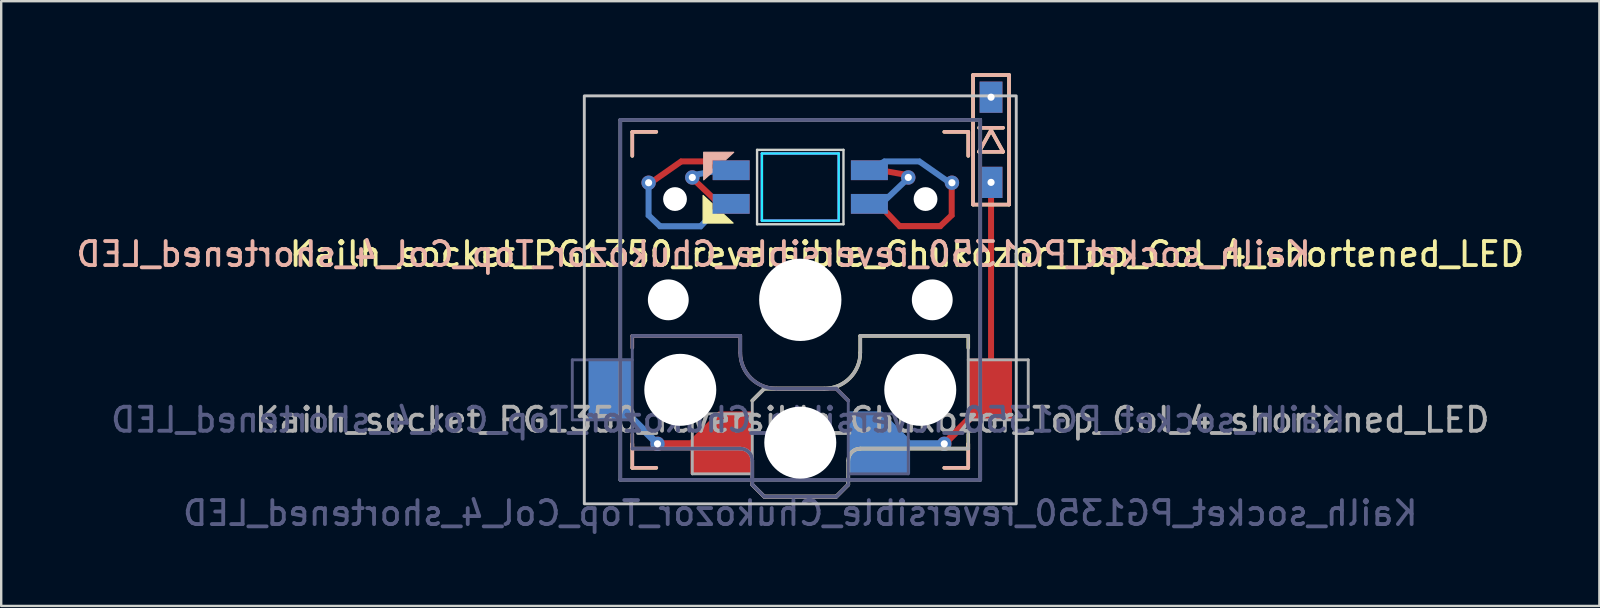
<source format=kicad_pcb>
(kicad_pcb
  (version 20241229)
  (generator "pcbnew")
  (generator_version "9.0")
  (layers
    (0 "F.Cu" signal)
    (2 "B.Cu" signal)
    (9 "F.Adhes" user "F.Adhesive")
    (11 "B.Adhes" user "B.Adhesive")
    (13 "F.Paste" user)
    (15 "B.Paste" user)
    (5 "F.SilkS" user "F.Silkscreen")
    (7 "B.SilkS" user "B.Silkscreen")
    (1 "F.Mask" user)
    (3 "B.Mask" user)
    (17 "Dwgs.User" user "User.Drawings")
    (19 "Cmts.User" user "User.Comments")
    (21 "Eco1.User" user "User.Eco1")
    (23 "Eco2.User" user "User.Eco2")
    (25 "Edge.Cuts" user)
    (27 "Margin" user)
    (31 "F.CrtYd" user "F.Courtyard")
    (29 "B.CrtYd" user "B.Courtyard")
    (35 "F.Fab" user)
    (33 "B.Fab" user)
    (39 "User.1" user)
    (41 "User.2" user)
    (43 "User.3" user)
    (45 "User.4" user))
  (footprint "Kailh_socket_PG1350_reversible_Chukozor_Top_Col_4_shortened_LED"
    (layer "F.Cu")
    (at 30.299 9.445)
    (property "Reference" "Kailh_socket_PG1350_reversible_Chukozor_Top_Col_4_shortened_LED" (at 4.445 -1.905 0) (layer "F.SilkS") (effects (font (size 1 1) (thickness 0.16))))
    (property "Value" "Kailh_socket_PG1350_reversible_Chukozor_Top_Col_4_shortened_LED" (at 0 8.89 0) (layer "F.Fab") (hide yes) (effects (font (size 1 1) (thickness 0.16))))
    (attr smd)
    (fp_line (start -7 -7) (end -6 -7) (stroke (width 0.15) (type solid)) (layer "F.SilkS"))
    (fp_line (start -7 -6) (end -7 -7) (stroke (width 0.15) (type solid)) (layer "F.SilkS"))
    (fp_line (start -7 7) (end -7 6) (stroke (width 0.15) (type solid)) (layer "F.SilkS"))
    (fp_line (start -6 7) (end -7 7) (stroke (width 0.15) (type solid)) (layer "F.SilkS"))
    (fp_line (start -2 4.2) (end -1.5 3.7) (stroke (width 0.15) (type solid)) (layer "F.SilkS"))
    (fp_line (start -2 7.7) (end -1.5 8.2) (stroke (width 0.15) (type solid)) (layer "F.SilkS"))
    (fp_line (start -1.5 3.7) (end 1 3.7) (stroke (width 0.15) (type solid)) (layer "F.SilkS"))
    (fp_line (start -1.5 8.2) (end 1.5 8.2) (stroke (width 0.15) (type solid)) (layer "F.SilkS"))
    (fp_line (start 1.5 8.2) (end 2 7.7) (stroke (width 0.15) (type solid)) (layer "F.SilkS"))
    (fp_line (start 2 6.7) (end 2 7.7) (stroke (width 0.15) (type solid)) (layer "F.SilkS"))
    (fp_line (start 2.5 1.5) (end 7 1.5) (stroke (width 0.15) (type solid)) (layer "F.SilkS"))
    (fp_line (start 2.5 2.2) (end 2.5 1.5) (stroke (width 0.15) (type solid)) (layer "F.SilkS"))
    (fp_line (start 6 -7) (end 7 -7) (stroke (width 0.15) (type solid)) (layer "F.SilkS"))
    (fp_line (start 7 -7) (end 7 -6) (stroke (width 0.15) (type solid)) (layer "F.SilkS"))
    (fp_line (start 7 1.5) (end 7 2) (stroke (width 0.15) (type solid)) (layer "F.SilkS"))
    (fp_line (start 7 5.6) (end 7 6.2) (stroke (width 0.15) (type solid)) (layer "F.SilkS"))
    (fp_line (start 7 6) (end 7 7) (stroke (width 0.15) (type solid)) (layer "F.SilkS"))
    (fp_line (start 7 6.2) (end 2.5 6.2) (stroke (width 0.15) (type solid)) (layer "F.SilkS"))
    (fp_line (start 7 7) (end 6 7) (stroke (width 0.15) (type solid)) (layer "F.SilkS"))
    (fp_line (start 7.2 -9.37) (end 7.2 -3.97) (stroke (width 0.15) (type solid)) (layer "F.SilkS"))
    (fp_line (start 7.2 -3.97) (end 8.7 -3.97) (stroke (width 0.15) (type solid)) (layer "F.SilkS"))
    (fp_line (start 7.45 -6.17) (end 7.95 -7.07) (stroke (width 0.15) (type solid)) (layer "F.SilkS"))
    (fp_line (start 7.95 -7.07) (end 8.45 -6.17) (stroke (width 0.15) (type solid)) (layer "F.SilkS"))
    (fp_line (start 8.45 -6.17) (end 7.45 -6.17) (stroke (width 0.15) (type solid)) (layer "F.SilkS"))
    (fp_line (start 8.45 -7.17) (end 7.45 -7.17) (stroke (width 0.15) (type solid)) (layer "F.SilkS"))
    (fp_line (start 8.7 -9.37) (end 7.2 -9.37) (stroke (width 0.15) (type solid)) (layer "F.SilkS"))
    (fp_line (start 8.7 -3.97) (end 8.7 -9.37) (stroke (width 0.15) (type solid)) (layer "F.SilkS"))
    (fp_arc (start 2 6.7) (mid 2.146447 6.346447) (end 2.5 6.2) (stroke (width 0.15) (type solid)) (layer "F.SilkS"))
    (fp_arc (start 2.5 2.2) (mid 2.06066 3.26066) (end 1 3.7) (stroke (width 0.15) (type solid)) (layer "F.SilkS"))
    (fp_poly (pts (xy -3.19 -3.56) (xy -3.68 -3.56) (xy -3.68 -4.01) (xy -4.05 -4.35) (xy -4.05 -3.2) (xy -2.8 -3.2)) (stroke (width 0.05) (type solid)) (fill yes) (layer "F.SilkS"))
    (fp_line (start -7 -7) (end -6 -7) (stroke (width 0.15) (type solid)) (layer "B.SilkS"))
    (fp_line (start -7 -6) (end -7 -7) (stroke (width 0.15) (type solid)) (layer "B.SilkS"))
    (fp_line (start -7 1.5) (end -7 2) (stroke (width 0.15) (type solid)) (layer "B.SilkS"))
    (fp_line (start -7 5.6) (end -7 6.2) (stroke (width 0.15) (type solid)) (layer "B.SilkS"))
    (fp_line (start -7 6.2) (end -2.5 6.2) (stroke (width 0.15) (type solid)) (layer "B.SilkS"))
    (fp_line (start -7 7) (end -7 6) (stroke (width 0.15) (type solid)) (layer "B.SilkS"))
    (fp_line (start -6 7) (end -7 7) (stroke (width 0.15) (type solid)) (layer "B.SilkS"))
    (fp_line (start -2.5 1.5) (end -7 1.5) (stroke (width 0.15) (type solid)) (layer "B.SilkS"))
    (fp_line (start -2.5 2.2) (end -2.5 1.5) (stroke (width 0.15) (type solid)) (layer "B.SilkS"))
    (fp_line (start -2 6.7) (end -2 7.7) (stroke (width 0.15) (type solid)) (layer "B.SilkS"))
    (fp_line (start -1.5 8.2) (end -2 7.7) (stroke (width 0.15) (type solid)) (layer "B.SilkS"))
    (fp_line (start 1.5 3.7) (end -1 3.7) (stroke (width 0.15) (type solid)) (layer "B.SilkS"))
    (fp_line (start 1.5 8.2) (end -1.5 8.2) (stroke (width 0.15) (type solid)) (layer "B.SilkS"))
    (fp_line (start 2 4.2) (end 1.5 3.7) (stroke (width 0.15) (type solid)) (layer "B.SilkS"))
    (fp_line (start 2 7.7) (end 1.5 8.2) (stroke (width 0.15) (type solid)) (layer "B.SilkS"))
    (fp_line (start 6 -7) (end 7 -7) (stroke (width 0.15) (type solid)) (layer "B.SilkS"))
    (fp_line (start 7 -7) (end 7 -6) (stroke (width 0.15) (type solid)) (layer "B.SilkS"))
    (fp_line (start 7 6) (end 7 7) (stroke (width 0.15) (type solid)) (layer "B.SilkS"))
    (fp_line (start 7 7) (end 6 7) (stroke (width 0.15) (type solid)) (layer "B.SilkS"))
    (fp_line (start 7.2 -9.37) (end 7.2 -3.97) (stroke (width 0.15) (type solid)) (layer "B.SilkS"))
    (fp_line (start 7.2 -3.97) (end 8.7 -3.97) (stroke (width 0.15) (type solid)) (layer "B.SilkS"))
    (fp_line (start 7.45 -6.17) (end 7.95 -7.07) (stroke (width 0.15) (type solid)) (layer "B.SilkS"))
    (fp_line (start 7.95 -7.07) (end 8.45 -6.17) (stroke (width 0.15) (type solid)) (layer "B.SilkS"))
    (fp_line (start 8.45 -6.17) (end 7.45 -6.17) (stroke (width 0.15) (type solid)) (layer "B.SilkS"))
    (fp_line (start 8.45 -7.17) (end 7.45 -7.17) (stroke (width 0.15) (type solid)) (layer "B.SilkS"))
    (fp_line (start 8.7 -9.37) (end 7.2 -9.37) (stroke (width 0.15) (type solid)) (layer "B.SilkS"))
    (fp_line (start 8.7 -3.97) (end 8.7 -9.37) (stroke (width 0.15) (type solid)) (layer "B.SilkS"))
    (fp_arc (start -2.5 6.2) (mid -2.146447 6.346447) (end -2 6.7) (stroke (width 0.15) (type solid)) (layer "B.SilkS"))
    (fp_arc (start -1 3.7) (mid -2.06066 3.26066) (end -2.5 2.2) (stroke (width 0.15) (type solid)) (layer "B.SilkS"))
    (fp_poly (pts (xy -3.11 -5.84) (xy -3.68 -5.84) (xy -3.68 -5.31) (xy -4.025 -5) (xy -4.025 -6.15) (xy -2.775 -6.15)) (stroke (width 0.05) (type solid)) (fill yes) (layer "B.SilkS"))
    (fp_rect (start -9 -8.5) (end 9 8.5) (stroke (width 0.12) (type solid)) (fill no) (layer "Dwgs.User"))
    (fp_line (start -6.9 6.9) (end -6.9 -6.9) (stroke (width 0.15) (type solid)) (layer "Eco2.User"))
    (fp_line (start -6.9 6.9) (end 6.9 6.9) (stroke (width 0.15) (type solid)) (layer "Eco2.User"))
    (fp_line (start -2.6 -3.1) (end -2.6 -6.3) (stroke (width 0.15) (type solid)) (layer "Eco2.User"))
    (fp_line (start -2.6 -3.1) (end 2.6 -3.1) (stroke (width 0.15) (type solid)) (layer "Eco2.User"))
    (fp_line (start 2.6 -6.3) (end -2.6 -6.3) (stroke (width 0.15) (type solid)) (layer "Eco2.User"))
    (fp_line (start 2.6 -3.1) (end 2.6 -6.3) (stroke (width 0.15) (type solid)) (layer "Eco2.User"))
    (fp_line (start 6.9 -6.9) (end -6.9 -6.9) (stroke (width 0.15) (type solid)) (layer "Eco2.User"))
    (fp_line (start 6.9 -6.9) (end 6.9 6.9) (stroke (width 0.15) (type solid)) (layer "Eco2.User"))
    (fp_line (start -1.8 -6.25) (end -1.8 -3.15) (stroke (width 0.1) (type solid)) (layer "Edge.Cuts"))
    (fp_line (start -1.8 -3.15) (end 1.8 -3.15) (stroke (width 0.1) (type solid)) (layer "Edge.Cuts"))
    (fp_line (start 1.8 -6.25) (end -1.8 -6.25) (stroke (width 0.1) (type solid)) (layer "Edge.Cuts"))
    (fp_line (start 1.8 -3.15) (end 1.8 -6.25) (stroke (width 0.1) (type solid)) (layer "Edge.Cuts"))
    (fp_line (start -1.6 -6.1) (end 1.6 -6.1) (stroke (width 0.1) (type solid)) (layer "B.CrtYd"))
    (fp_line (start -1.6 -3.3) (end -1.6 -6.1) (stroke (width 0.1) (type solid)) (layer "B.CrtYd"))
    (fp_line (start -1.6 -3.3) (end 1.6 -3.3) (stroke (width 0.1) (type solid)) (layer "B.CrtYd"))
    (fp_line (start 1.6 -3.3) (end 1.6 -6.1) (stroke (width 0.1) (type solid)) (layer "B.CrtYd"))
    (fp_line (start -1.6 -6.1) (end -1.6 -3.3) (stroke (width 0.1) (type solid)) (layer "F.CrtYd"))
    (fp_line (start -1.6 -6.1) (end 1.6 -6.1) (stroke (width 0.1) (type solid)) (layer "F.CrtYd"))
    (fp_line (start -1.6 -3.3) (end 1.6 -3.3) (stroke (width 0.1) (type solid)) (layer "F.CrtYd"))
    (fp_line (start 1.6 -6.1) (end 1.6 -3.3) (stroke (width 0.1) (type solid)) (layer "F.CrtYd"))
    (fp_line (start -9.5 2.5) (end -7 2.5) (stroke (width 0.12) (type solid)) (layer "B.Fab"))
    (fp_line (start -9.5 5) (end -9.5 2.5) (stroke (width 0.12) (type solid)) (layer "B.Fab"))
    (fp_line (start -7.5 -7.5) (end 7.5 -7.5) (stroke (width 0.15) (type solid)) (layer "B.Fab"))
    (fp_line (start -7.5 7.5) (end -7.5 -7.5) (stroke (width 0.15) (type solid)) (layer "B.Fab"))
    (fp_line (start -7 1.5) (end -7 6.2) (stroke (width 0.12) (type solid)) (layer "B.Fab"))
    (fp_line (start -7 5) (end -9.5 5) (stroke (width 0.12) (type solid)) (layer "B.Fab"))
    (fp_line (start -7 6.2) (end -2.5 6.2) (stroke (width 0.15) (type solid)) (layer "B.Fab"))
    (fp_line (start -2.5 1.5) (end -7 1.5) (stroke (width 0.15) (type solid)) (layer "B.Fab"))
    (fp_line (start -2.5 2.2) (end -2.5 1.5) (stroke (width 0.15) (type solid)) (layer "B.Fab"))
    (fp_line (start -2 6.7) (end -2 7.7) (stroke (width 0.15) (type solid)) (layer "B.Fab"))
    (fp_line (start -1.5 8.2) (end -2 7.7) (stroke (width 0.15) (type solid)) (layer "B.Fab"))
    (fp_line (start 1.5 3.7) (end -1 3.7) (stroke (width 0.15) (type solid)) (layer "B.Fab"))
    (fp_line (start 1.5 8.2) (end -1.5 8.2) (stroke (width 0.15) (type solid)) (layer "B.Fab"))
    (fp_line (start 2 4.2) (end 1.5 3.7) (stroke (width 0.15) (type solid)) (layer "B.Fab"))
    (fp_line (start 2 4.25) (end 2 7.7) (stroke (width 0.12) (type solid)) (layer "B.Fab"))
    (fp_line (start 2 4.75) (end 4.5 4.75) (stroke (width 0.12) (type solid)) (layer "B.Fab"))
    (fp_line (start 2 7.7) (end 1.5 8.2) (stroke (width 0.15) (type solid)) (layer "B.Fab"))
    (fp_line (start 4.5 4.75) (end 4.5 7.25) (stroke (width 0.12) (type solid)) (layer "B.Fab"))
    (fp_line (start 4.5 7.25) (end 2 7.25) (stroke (width 0.12) (type solid)) (layer "B.Fab"))
    (fp_line (start 7.5 -7.5) (end 7.5 7.5) (stroke (width 0.15) (type solid)) (layer "B.Fab"))
    (fp_line (start 7.5 7.5) (end -7.5 7.5) (stroke (width 0.15) (type solid)) (layer "B.Fab"))
    (fp_arc (start -2.5 6.2) (mid -2.146447 6.346447) (end -2 6.7) (stroke (width 0.15) (type solid)) (layer "B.Fab"))
    (fp_arc (start -1 3.7) (mid -2.06066 3.26066) (end -2.5 2.2) (stroke (width 0.15) (type solid)) (layer "B.Fab"))
    (fp_line (start -7.5 -7.5) (end 7.5 -7.5) (stroke (width 0.15) (type solid)) (layer "F.Fab"))
    (fp_line (start -7.5 7.5) (end -7.5 -7.5) (stroke (width 0.15) (type solid)) (layer "F.Fab"))
    (fp_line (start -4.5 4.75) (end -4.5 7.25) (stroke (width 0.12) (type solid)) (layer "F.Fab"))
    (fp_line (start -4.5 7.25) (end -2 7.25) (stroke (width 0.12) (type solid)) (layer "F.Fab"))
    (fp_line (start -2 4.2) (end -1.5 3.7) (stroke (width 0.15) (type solid)) (layer "F.Fab"))
    (fp_line (start -2 4.25) (end -2 7.7) (stroke (width 0.12) (type solid)) (layer "F.Fab"))
    (fp_line (start -2 4.75) (end -4.5 4.75) (stroke (width 0.12) (type solid)) (layer "F.Fab"))
    (fp_line (start -2 7.7) (end -1.5 8.2) (stroke (width 0.15) (type solid)) (layer "F.Fab"))
    (fp_line (start -1.5 3.7) (end 1 3.7) (stroke (width 0.15) (type solid)) (layer "F.Fab"))
    (fp_line (start -1.5 8.2) (end 1.5 8.2) (stroke (width 0.15) (type solid)) (layer "F.Fab"))
    (fp_line (start 1.5 8.2) (end 2 7.7) (stroke (width 0.15) (type solid)) (layer "F.Fab"))
    (fp_line (start 2 6.7) (end 2 7.7) (stroke (width 0.15) (type solid)) (layer "F.Fab"))
    (fp_line (start 2.5 1.5) (end 7 1.5) (stroke (width 0.15) (type solid)) (layer "F.Fab"))
    (fp_line (start 2.5 2.2) (end 2.5 1.5) (stroke (width 0.15) (type solid)) (layer "F.Fab"))
    (fp_line (start 7 1.5) (end 7 6.2) (stroke (width 0.12) (type solid)) (layer "F.Fab"))
    (fp_line (start 7 5) (end 9.5 5) (stroke (width 0.12) (type solid)) (layer "F.Fab"))
    (fp_line (start 7 6.2) (end 2.5 6.2) (stroke (width 0.15) (type solid)) (layer "F.Fab"))
    (fp_line (start 7.5 -7.5) (end 7.5 7.5) (stroke (width 0.15) (type solid)) (layer "F.Fab"))
    (fp_line (start 7.5 7.5) (end -7.5 7.5) (stroke (width 0.15) (type solid)) (layer "F.Fab"))
    (fp_line (start 9.5 2.5) (end 7 2.5) (stroke (width 0.12) (type solid)) (layer "F.Fab"))
    (fp_line (start 9.5 5) (end 9.5 2.5) (stroke (width 0.12) (type solid)) (layer "F.Fab"))
    (fp_arc (start 2 6.7) (mid 2.146447 6.346447) (end 2.5 6.2) (stroke (width 0.15) (type solid)) (layer "F.Fab"))
    (fp_arc (start 2.5 2.2) (mid 2.06066 3.26066) (end 1 3.7) (stroke (width 0.15) (type solid)) (layer "F.Fab"))
    (fp_text user "${REFERENCE}" (at -4.445 -1.905 0) (layer "B.SilkS") (effects (font (size 1 1) (thickness 0.16)) (justify mirror)))
    (fp_text user "${REFERENCE}" (at -3 5 0) (layer "B.Fab") (effects (font (size 1 1) (thickness 0.16)) (justify mirror)))
    (fp_text user "${VALUE}" (at 0 8.89 0) (layer "B.Fab") (effects (font (size 1 1) (thickness 0.16)) (justify mirror)))
    (fp_text user "${REFERENCE}" (at 3 5 180) (layer "F.Fab") (effects (font (size 1 1) (thickness 0.16))))
    (pad "" np_thru_hole circle (at -5.5 0) (size 1.702 1.702) (drill 1.702) (layers "*.Cu" "*.Mask"))
    (pad "" np_thru_hole circle (at -5.22 -4.2) (size 0.991 0.991) (drill 0.991) (layers "*.Cu" "*.Mask"))
    (pad "" np_thru_hole circle (at -5 3.75) (size 3 3) (drill 3) (layers "*.Cu" "*.Mask"))
    (pad "" np_thru_hole circle (at 0 0) (size 3.429 3.429) (drill 3.429) (layers "*.Cu" "*.Mask"))
    (pad "" np_thru_hole circle (at 0 5.95) (size 3 3) (drill 3) (layers "*.Cu" "*.Mask"))
    (pad "" np_thru_hole circle (at 5 3.75) (size 3 3) (drill 3) (layers "*.Cu" "*.Mask"))
    (pad "" np_thru_hole circle (at 5.22 -4.2) (size 0.991 0.991) (drill 0.991) (layers "*.Cu" "*.Mask"))
    (pad "" np_thru_hole circle (at 5.5 0) (size 1.702 1.702) (drill 1.702) (layers "*.Cu" "*.Mask"))
    (pad "1" smd rect (at -7.9 3.75) (size 1.85 2.6) (layers "B.Cu" "B.Mask" "B.Paste"))
    (pad "1" smd rect (at -6.7 5.25 315) (size 1.75 0.3) (layers "B.Cu"))
    (pad "1" thru_hole circle (at -5.95 6) (size 0.6 0.6) (drill 0.3) (layers "*.Cu"))
    (pad "1" smd rect (at -5.075 6) (size 1.45 0.3) (layers "F.Cu"))
    (pad "1" smd roundrect (at -3.275 5.95) (size 2.6 2.6) (layers "F.Cu" "F.Mask" "F.Paste") (roundrect_rratio 0) (chamfer_ratio 0.45) (chamfer top_left))
    (pad "2" smd roundrect (at 3.275 5.95) (size 2.6 2.6) (layers "B.Cu" "B.Mask" "B.Paste") (roundrect_rratio 0) (chamfer_ratio 0.45) (chamfer top_right))
    (pad "2" smd rect (at 5.125 6) (size 1.45 0.3) (layers "B.Cu"))
    (pad "2" thru_hole circle (at 6 6) (size 0.6 0.6) (drill 0.3) (layers "*.Cu"))
    (pad "2" smd rect (at 6.75 5.25 45) (size 1.75 0.3) (layers "F.Cu"))
    (pad "2" smd rect (at 7.9 3.75) (size 1.85 2.6) (layers "F.Cu" "F.Mask" "F.Paste"))
    (pad "2" thru_hole circle (at 7.95 -4.895 270) (size 0.6 0.6) (drill 0.3) (layers "*.Cu"))
    (pad "2" smd rect (at 7.95 -4.895 270) (size 1.3 0.95) (layers "F.Cu" "F.Mask" "F.Paste"))
    (pad "2" smd rect (at 7.95 -4.895 270) (size 1.3 0.95) (layers "B.Cu" "B.Mask" "B.Paste"))
    (pad "2" smd roundrect (at 7.95 -0.875 90) (size 6.95 0.25) (layers "F.Cu") (roundrect_rratio 0.25))
    (pad "3" thru_hole circle (at 7.95 -8.445 270) (size 0.6 0.6) (drill 0.3) (layers "*.Cu"))
    (pad "3" smd rect (at 7.95 -8.445 270) (size 1.3 0.95) (layers "F.Cu" "F.Mask" "F.Paste"))
    (pad "3" smd rect (at 7.95 -8.445 270) (size 1.3 0.95) (layers "B.Cu" "B.Mask" "B.Paste"))
    (pad "4" smd rect (at 2.88 -5.401 180) (size 1.54 0.823) (layers "F.Cu" "F.Mask" "F.Paste"))
    (pad "4" smd rect (at 2.88 -4) (size 1.54 0.825) (layers "B.Cu" "B.Mask" "B.Paste"))
    (pad "4" smd roundrect (at 3.9 -5.3 350) (size 0.95 0.25) (layers "F.Cu") (roundrect_rratio 0.25))
    (pad "4" smd roundrect (at 3.9 -4.5 223.531) (size 1.3 0.25) (layers "B.Cu") (roundrect_rratio 0.25))
    (pad "4" thru_hole circle (at 4.5 -5.1) (size 0.6 0.6) (drill 0.3) (property pad_prop_fiducial_loc) (layers "*.Cu"))
    (pad "5" smd rect (at 2.88 -5.401) (size 1.54 0.823) (layers "B.Cu" "B.Mask" "B.Paste"))
    (pad "5" smd rect (at 2.88 -4 180) (size 1.54 0.825) (layers "F.Cu" "F.Mask" "F.Paste"))
    (pad "5" smd roundrect (at 3.36 -5.68 30) (size 0.5 0.25) (layers "B.Cu") (roundrect_rratio 0.25))
    (pad "5" smd roundrect (at 3.688 -3.545 133.531) (size 1.5 0.25) (layers "F.Cu") (roundrect_rratio 0.25))
    (pad "5" smd roundrect (at 4.235 -5.77) (size 1.59 0.25) (layers "B.Cu") (roundrect_rratio 0.25))
    (pad "5" smd roundrect (at 4.992 -3.072 180) (size 1.87 0.255) (layers "F.Cu") (roundrect_rratio 0.25))
    (pad "5" smd roundrect (at 5.53 -5.37 325) (size 1.55 0.25) (layers "B.Cu") (roundrect_rratio 0.25))
    (pad "5" smd roundrect (at 6.077 -3.305 43.531) (size 0.8 0.25) (layers "F.Cu") (roundrect_rratio 0.25))
    (pad "5" smd roundrect (at 6.31 -4.08 90) (size 1.29 0.25) (layers "F.Cu") (roundrect_rratio 0.25))
    (pad "5" thru_hole circle (at 6.32 -4.88) (size 0.6 0.6) (drill 0.3) (property pad_prop_fiducial_loc) (layers "*.Cu"))
    (pad "6" thru_hole circle (at -4.5 -5.1) (size 0.6 0.6) (drill 0.3) (property pad_prop_fiducial_loc) (layers "*.Cu"))
    (pad "6" smd roundrect (at -3.9 -5.3 10) (size 0.95 0.25) (layers "B.Cu") (roundrect_rratio 0.25))
    (pad "6" smd roundrect (at -3.9 -4.5 136.469) (size 1.3 0.25) (layers "F.Cu") (roundrect_rratio 0.25))
    (pad "6" smd rect (at -2.88 -5.401 180) (size 1.54 0.823) (layers "B.Cu" "B.Mask" "B.Paste"))
    (pad "6" smd rect (at -2.88 -4) (size 1.54 0.825) (layers "F.Cu" "F.Mask" "F.Paste"))
    (pad "7" smd roundrect (at -6.322 -4.075 270) (size 1.29 0.25) (layers "B.Cu") (roundrect_rratio 0.25))
    (pad "7" thru_hole circle (at -6.32 -4.88) (size 0.6 0.6) (drill 0.3) (property pad_prop_fiducial_loc) (layers "*.Cu"))
    (pad "7" smd roundrect (at -6.09 -3.3 316.469) (size 0.8 0.25) (layers "B.Cu") (roundrect_rratio 0.25))
    (pad "7" smd roundrect (at -5.53 -5.37 35) (size 1.55 0.25) (layers "F.Cu") (roundrect_rratio 0.25))
    (pad "7" smd roundrect (at -5.005 -3.067 180) (size 1.87 0.255) (layers "B.Cu") (roundrect_rratio 0.25))
    (pad "7" smd roundrect (at -4.235 -5.77) (size 1.59 0.25) (layers "F.Cu") (roundrect_rratio 0.25))
    (pad "7" smd roundrect (at -3.7 -3.54 226.469) (size 1.5 0.25) (layers "B.Cu") (roundrect_rratio 0.25))
    (pad "7" smd roundrect (at -3.36 -5.68 330) (size 0.5 0.25) (layers "F.Cu") (roundrect_rratio 0.25))
    (pad "7" smd rect (at -2.88 -5.401) (size 1.54 0.823) (layers "F.Cu" "F.Mask" "F.Paste"))
    (pad "7" smd rect (at -2.88 -4 180) (size 1.54 0.825) (layers "B.Cu" "B.Mask" "B.Paste")))
  (gr_rect
    (start -3 -3)
    (end 63.599 22.201)
    (stroke (width 0.1) (type default))
    (fill no)
    (layer "Edge.Cuts")))
</source>
